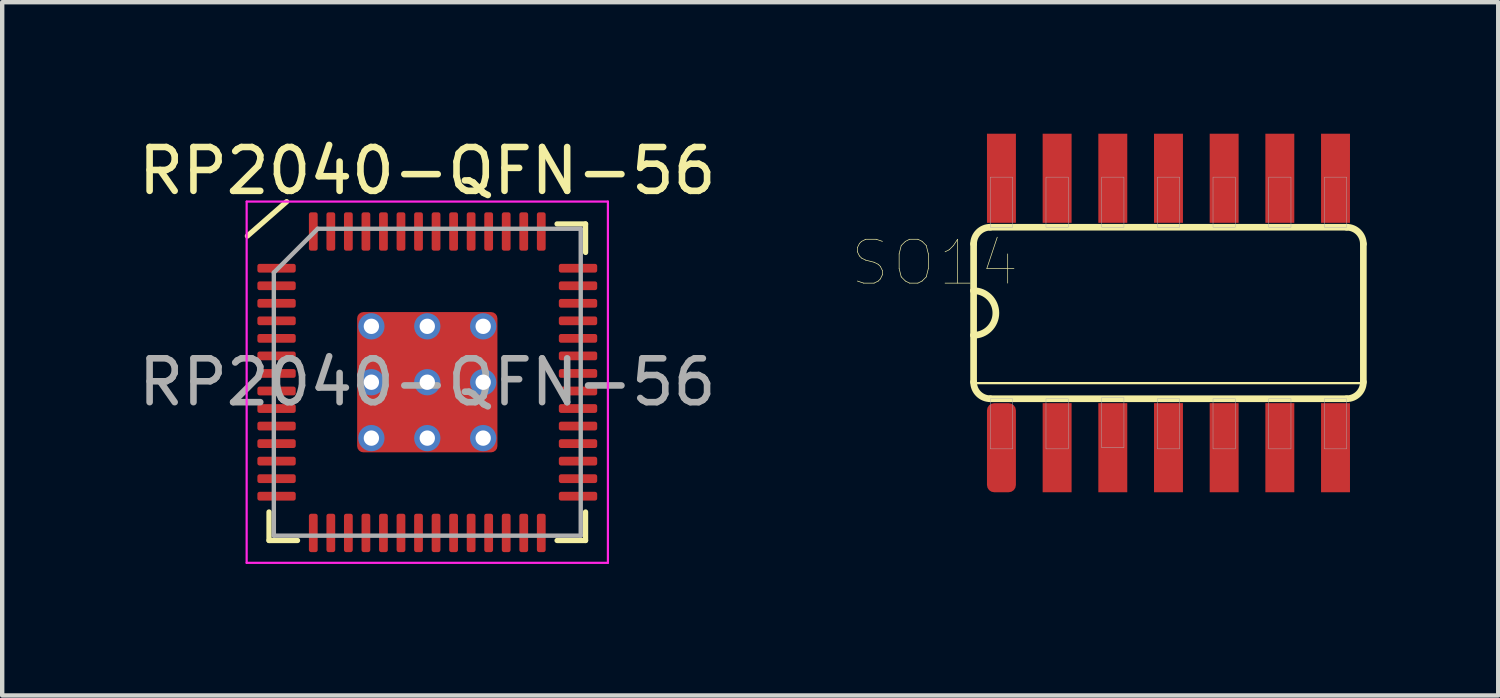
<source format=kicad_pcb>
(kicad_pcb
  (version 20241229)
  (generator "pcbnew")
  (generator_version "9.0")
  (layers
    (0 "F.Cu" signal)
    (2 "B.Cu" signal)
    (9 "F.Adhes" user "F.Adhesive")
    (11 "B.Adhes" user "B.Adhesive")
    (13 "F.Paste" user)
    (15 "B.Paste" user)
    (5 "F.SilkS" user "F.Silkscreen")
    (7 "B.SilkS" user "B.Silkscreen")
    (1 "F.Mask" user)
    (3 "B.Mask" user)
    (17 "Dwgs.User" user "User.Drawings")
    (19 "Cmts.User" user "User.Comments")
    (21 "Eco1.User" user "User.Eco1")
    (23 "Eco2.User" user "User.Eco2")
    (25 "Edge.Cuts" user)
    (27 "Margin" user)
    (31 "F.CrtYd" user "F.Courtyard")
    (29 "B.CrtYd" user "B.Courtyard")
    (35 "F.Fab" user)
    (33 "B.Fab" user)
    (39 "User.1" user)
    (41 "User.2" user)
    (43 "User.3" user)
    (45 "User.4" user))
  (footprint "RP2040-QFN-56"
    (layer "F.Cu")
    (at 6.696 5.668)
    (property "Reference" "RP2040-QFN-56" (at 0 -4.82 0) (layer "F.SilkS") (effects (font (size 1 1) (thickness 0.15))))
    (attr smd)
    (fp_line (start -3.61 3.61) (end -3.61 2.96) (stroke (width 0.12) (type solid)) (layer "F.SilkS"))
    (fp_line (start -3.208 -4.118) (end -4.103 -3.335) (stroke (width 0.12) (type solid)) (layer "F.SilkS"))
    (fp_line (start -2.96 3.61) (end -3.61 3.61) (stroke (width 0.12) (type solid)) (layer "F.SilkS"))
    (fp_line (start 2.96 -3.61) (end 3.61 -3.61) (stroke (width 0.12) (type solid)) (layer "F.SilkS"))
    (fp_line (start 2.96 3.61) (end 3.61 3.61) (stroke (width 0.12) (type solid)) (layer "F.SilkS"))
    (fp_line (start 3.61 -3.61) (end 3.61 -2.96) (stroke (width 0.12) (type solid)) (layer "F.SilkS"))
    (fp_line (start 3.61 3.61) (end 3.61 2.96) (stroke (width 0.12) (type solid)) (layer "F.SilkS"))
    (fp_line (start -4.12 -4.12) (end -4.12 4.12) (stroke (width 0.05) (type solid)) (layer "F.CrtYd"))
    (fp_line (start -4.12 4.12) (end 4.12 4.12) (stroke (width 0.05) (type solid)) (layer "F.CrtYd"))
    (fp_line (start 4.12 -4.12) (end -4.12 -4.12) (stroke (width 0.05) (type solid)) (layer "F.CrtYd"))
    (fp_line (start 4.12 4.12) (end 4.12 -4.12) (stroke (width 0.05) (type solid)) (layer "F.CrtYd"))
    (fp_line (start -3.5 -2.5) (end -2.5 -3.5) (stroke (width 0.1) (type solid)) (layer "F.Fab"))
    (fp_line (start -3.5 3.5) (end -3.5 -2.5) (stroke (width 0.1) (type solid)) (layer "F.Fab"))
    (fp_line (start -2.5 -3.5) (end 3.5 -3.5) (stroke (width 0.1) (type solid)) (layer "F.Fab"))
    (fp_line (start 3.5 -3.5) (end 3.5 3.5) (stroke (width 0.1) (type solid)) (layer "F.Fab"))
    (fp_line (start 3.5 3.5) (end -3.5 3.5) (stroke (width 0.1) (type solid)) (layer "F.Fab"))
    (fp_text user "${REFERENCE}" (at 0 0 0) (layer "F.Fab") (effects (font (size 1 1) (thickness 0.15))))
    (pad "" smd roundrect (at -0.637 -0.637) (size 1.084 1.084) (layers "F.Paste") (roundrect_rratio 0.231))
    (pad "" smd roundrect (at -0.637 0.637) (size 1.084 1.084) (layers "F.Paste") (roundrect_rratio 0.231))
    (pad "" smd roundrect (at 0.637 -0.637) (size 1.084 1.084) (layers "F.Paste") (roundrect_rratio 0.231))
    (pad "" smd roundrect (at 0.637 0.637) (size 1.084 1.084) (layers "F.Paste") (roundrect_rratio 0.231))
    (pad "1" smd roundrect (at -3.438 -2.6) (size 0.875 0.2) (layers "F.Cu" "F.Mask" "F.Paste") (roundrect_rratio 0.25))
    (pad "2" smd roundrect (at -3.438 -2.2) (size 0.875 0.2) (layers "F.Cu" "F.Mask" "F.Paste") (roundrect_rratio 0.25))
    (pad "3" smd roundrect (at -3.438 -1.8) (size 0.875 0.2) (layers "F.Cu" "F.Mask" "F.Paste") (roundrect_rratio 0.25))
    (pad "4" smd roundrect (at -3.438 -1.4) (size 0.875 0.2) (layers "F.Cu" "F.Mask" "F.Paste") (roundrect_rratio 0.25))
    (pad "5" smd roundrect (at -3.438 -1) (size 0.875 0.2) (layers "F.Cu" "F.Mask" "F.Paste") (roundrect_rratio 0.25))
    (pad "6" smd roundrect (at -3.438 -0.6) (size 0.875 0.2) (layers "F.Cu" "F.Mask" "F.Paste") (roundrect_rratio 0.25))
    (pad "7" smd roundrect (at -3.438 -0.2) (size 0.875 0.2) (layers "F.Cu" "F.Mask" "F.Paste") (roundrect_rratio 0.25))
    (pad "8" smd roundrect (at -3.438 0.2) (size 0.875 0.2) (layers "F.Cu" "F.Mask" "F.Paste") (roundrect_rratio 0.25))
    (pad "9" smd roundrect (at -3.438 0.6) (size 0.875 0.2) (layers "F.Cu" "F.Mask" "F.Paste") (roundrect_rratio 0.25))
    (pad "10" smd roundrect (at -3.438 1) (size 0.875 0.2) (layers "F.Cu" "F.Mask" "F.Paste") (roundrect_rratio 0.25))
    (pad "11" smd roundrect (at -3.438 1.4) (size 0.875 0.2) (layers "F.Cu" "F.Mask" "F.Paste") (roundrect_rratio 0.25))
    (pad "12" smd roundrect (at -3.438 1.8) (size 0.875 0.2) (layers "F.Cu" "F.Mask" "F.Paste") (roundrect_rratio 0.25))
    (pad "13" smd roundrect (at -3.438 2.2) (size 0.875 0.2) (layers "F.Cu" "F.Mask" "F.Paste") (roundrect_rratio 0.25))
    (pad "14" smd roundrect (at -3.438 2.6) (size 0.875 0.2) (layers "F.Cu" "F.Mask" "F.Paste") (roundrect_rratio 0.25))
    (pad "15" smd roundrect (at -2.6 3.438) (size 0.2 0.875) (layers "F.Cu" "F.Mask" "F.Paste") (roundrect_rratio 0.25))
    (pad "16" smd roundrect (at -2.2 3.438) (size 0.2 0.875) (layers "F.Cu" "F.Mask" "F.Paste") (roundrect_rratio 0.25))
    (pad "17" smd roundrect (at -1.8 3.438) (size 0.2 0.875) (layers "F.Cu" "F.Mask" "F.Paste") (roundrect_rratio 0.25))
    (pad "18" smd roundrect (at -1.4 3.438) (size 0.2 0.875) (layers "F.Cu" "F.Mask" "F.Paste") (roundrect_rratio 0.25))
    (pad "19" smd roundrect (at -1 3.438) (size 0.2 0.875) (layers "F.Cu" "F.Mask" "F.Paste") (roundrect_rratio 0.25))
    (pad "20" smd roundrect (at -0.6 3.438) (size 0.2 0.875) (layers "F.Cu" "F.Mask" "F.Paste") (roundrect_rratio 0.25))
    (pad "21" smd roundrect (at -0.2 3.438) (size 0.2 0.875) (layers "F.Cu" "F.Mask" "F.Paste") (roundrect_rratio 0.25))
    (pad "22" smd roundrect (at 0.2 3.438) (size 0.2 0.875) (layers "F.Cu" "F.Mask" "F.Paste") (roundrect_rratio 0.25))
    (pad "23" smd roundrect (at 0.6 3.438) (size 0.2 0.875) (layers "F.Cu" "F.Mask" "F.Paste") (roundrect_rratio 0.25))
    (pad "24" smd roundrect (at 1 3.438) (size 0.2 0.875) (layers "F.Cu" "F.Mask" "F.Paste") (roundrect_rratio 0.25))
    (pad "25" smd roundrect (at 1.4 3.438) (size 0.2 0.875) (layers "F.Cu" "F.Mask" "F.Paste") (roundrect_rratio 0.25))
    (pad "26" smd roundrect (at 1.8 3.438) (size 0.2 0.875) (layers "F.Cu" "F.Mask" "F.Paste") (roundrect_rratio 0.25))
    (pad "27" smd roundrect (at 2.2 3.438) (size 0.2 0.875) (layers "F.Cu" "F.Mask" "F.Paste") (roundrect_rratio 0.25))
    (pad "28" smd roundrect (at 2.6 3.438) (size 0.2 0.875) (layers "F.Cu" "F.Mask" "F.Paste") (roundrect_rratio 0.25))
    (pad "29" smd roundrect (at 3.438 2.6) (size 0.875 0.2) (layers "F.Cu" "F.Mask" "F.Paste") (roundrect_rratio 0.25))
    (pad "30" smd roundrect (at 3.438 2.2) (size 0.875 0.2) (layers "F.Cu" "F.Mask" "F.Paste") (roundrect_rratio 0.25))
    (pad "31" smd roundrect (at 3.438 1.8) (size 0.875 0.2) (layers "F.Cu" "F.Mask" "F.Paste") (roundrect_rratio 0.25))
    (pad "32" smd roundrect (at 3.438 1.4) (size 0.875 0.2) (layers "F.Cu" "F.Mask" "F.Paste") (roundrect_rratio 0.25))
    (pad "33" smd roundrect (at 3.438 1) (size 0.875 0.2) (layers "F.Cu" "F.Mask" "F.Paste") (roundrect_rratio 0.25))
    (pad "34" smd roundrect (at 3.438 0.6) (size 0.875 0.2) (layers "F.Cu" "F.Mask" "F.Paste") (roundrect_rratio 0.25))
    (pad "35" smd roundrect (at 3.438 0.2) (size 0.875 0.2) (layers "F.Cu" "F.Mask" "F.Paste") (roundrect_rratio 0.25))
    (pad "36" smd roundrect (at 3.438 -0.2) (size 0.875 0.2) (layers "F.Cu" "F.Mask" "F.Paste") (roundrect_rratio 0.25))
    (pad "37" smd roundrect (at 3.438 -0.6) (size 0.875 0.2) (layers "F.Cu" "F.Mask" "F.Paste") (roundrect_rratio 0.25))
    (pad "38" smd roundrect (at 3.438 -1) (size 0.875 0.2) (layers "F.Cu" "F.Mask" "F.Paste") (roundrect_rratio 0.25))
    (pad "39" smd roundrect (at 3.438 -1.4) (size 0.875 0.2) (layers "F.Cu" "F.Mask" "F.Paste") (roundrect_rratio 0.25))
    (pad "40" smd roundrect (at 3.438 -1.8) (size 0.875 0.2) (layers "F.Cu" "F.Mask" "F.Paste") (roundrect_rratio 0.25))
    (pad "41" smd roundrect (at 3.438 -2.2) (size 0.875 0.2) (layers "F.Cu" "F.Mask" "F.Paste") (roundrect_rratio 0.25))
    (pad "42" smd roundrect (at 3.438 -2.6) (size 0.875 0.2) (layers "F.Cu" "F.Mask" "F.Paste") (roundrect_rratio 0.25))
    (pad "43" smd roundrect (at 2.6 -3.438) (size 0.2 0.875) (layers "F.Cu" "F.Mask" "F.Paste") (roundrect_rratio 0.25))
    (pad "44" smd roundrect (at 2.2 -3.438) (size 0.2 0.875) (layers "F.Cu" "F.Mask" "F.Paste") (roundrect_rratio 0.25))
    (pad "45" smd roundrect (at 1.8 -3.438) (size 0.2 0.875) (layers "F.Cu" "F.Mask" "F.Paste") (roundrect_rratio 0.25))
    (pad "46" smd roundrect (at 1.4 -3.438) (size 0.2 0.875) (layers "F.Cu" "F.Mask" "F.Paste") (roundrect_rratio 0.25))
    (pad "47" smd roundrect (at 1 -3.438) (size 0.2 0.875) (layers "F.Cu" "F.Mask" "F.Paste") (roundrect_rratio 0.25))
    (pad "48" smd roundrect (at 0.6 -3.438) (size 0.2 0.875) (layers "F.Cu" "F.Mask" "F.Paste") (roundrect_rratio 0.25))
    (pad "49" smd roundrect (at 0.2 -3.438) (size 0.2 0.875) (layers "F.Cu" "F.Mask" "F.Paste") (roundrect_rratio 0.25))
    (pad "50" smd roundrect (at -0.2 -3.438) (size 0.2 0.875) (layers "F.Cu" "F.Mask" "F.Paste") (roundrect_rratio 0.25))
    (pad "51" smd roundrect (at -0.6 -3.438) (size 0.2 0.875) (layers "F.Cu" "F.Mask" "F.Paste") (roundrect_rratio 0.25))
    (pad "52" smd roundrect (at -1 -3.438) (size 0.2 0.875) (layers "F.Cu" "F.Mask" "F.Paste") (roundrect_rratio 0.25))
    (pad "53" smd roundrect (at -1.4 -3.438) (size 0.2 0.875) (layers "F.Cu" "F.Mask" "F.Paste") (roundrect_rratio 0.25))
    (pad "54" smd roundrect (at -1.8 -3.438) (size 0.2 0.875) (layers "F.Cu" "F.Mask" "F.Paste") (roundrect_rratio 0.25))
    (pad "55" smd roundrect (at -2.2 -3.438) (size 0.2 0.875) (layers "F.Cu" "F.Mask" "F.Paste") (roundrect_rratio 0.25))
    (pad "56" smd roundrect (at -2.6 -3.438) (size 0.2 0.875) (layers "F.Cu" "F.Mask" "F.Paste") (roundrect_rratio 0.25))
    (pad "57" thru_hole circle (at -1.275 -1.275) (size 0.6 0.6) (drill 0.35) (layers "*.Cu"))
    (pad "57" thru_hole circle (at -1.275 0) (size 0.6 0.6) (drill 0.35) (layers "*.Cu"))
    (pad "57" thru_hole circle (at -1.275 1.275) (size 0.6 0.6) (drill 0.35) (layers "*.Cu"))
    (pad "57" thru_hole circle (at 0 -1.275) (size 0.6 0.6) (drill 0.35) (layers "*.Cu"))
    (pad "57" thru_hole circle (at 0 0) (size 0.6 0.6) (drill 0.35) (layers "*.Cu"))
    (pad "57" smd roundrect (at 0 0) (size 3.2 3.2) (layers "F.Cu" "F.Mask") (roundrect_rratio 0.045))
    (pad "57" thru_hole circle (at 0 1.275) (size 0.6 0.6) (drill 0.35) (layers "*.Cu"))
    (pad "57" thru_hole circle (at 1.275 -1.275) (size 0.6 0.6) (drill 0.35) (layers "*.Cu"))
    (pad "57" thru_hole circle (at 1.275 0) (size 0.6 0.6) (drill 0.35) (layers "*.Cu"))
    (pad "57" thru_hole circle (at 1.275 1.275) (size 0.6 0.6) (drill 0.35) (layers "*.Cu")))
  (footprint "SO14"
    (layer "F.Cu")
    (at 23.602 4.089)
    (property "Reference" "SO14" (at -5.334 -1.143 180) (layer "F.SilkS") (effects (font (size 1 1) (thickness 0.015))))
    (attr through_hole)
    (fp_line (start -4.445 -1.575) (end -4.445 -0.508) (stroke (width 0.152) (type solid)) (layer "F.SilkS"))
    (fp_line (start -4.445 -0.508) (end -4.445 0.508) (stroke (width 0.152) (type solid)) (layer "F.SilkS"))
    (fp_line (start -4.445 0.508) (end -4.445 1.575) (stroke (width 0.152) (type solid)) (layer "F.SilkS"))
    (fp_line (start -4.445 1.6) (end 4.445 1.6) (stroke (width 0.051) (type solid)) (layer "F.SilkS"))
    (fp_line (start -4.064 1.956) (end 4.064 1.956) (stroke (width 0.152) (type solid)) (layer "F.SilkS"))
    (fp_line (start 4.064 -1.956) (end -4.064 -1.956) (stroke (width 0.152) (type solid)) (layer "F.SilkS"))
    (fp_line (start 4.445 1.575) (end 4.445 -1.575) (stroke (width 0.152) (type solid)) (layer "F.SilkS"))
    (fp_arc (start -4.445 -1.5748) (mid -4.333408 -1.844208) (end -4.064 -1.9558) (stroke (width 0.1524) (type solid)) (layer "F.SilkS"))
    (fp_arc (start -4.445 -0.508) (mid -3.937 0) (end -4.445 0.508) (stroke (width 0.1524) (type solid)) (layer "F.SilkS"))
    (fp_arc (start -4.064 1.9558) (mid -4.333408 1.844208) (end -4.445 1.5748) (stroke (width 0.1524) (type solid)) (layer "F.SilkS"))
    (fp_arc (start 4.064 -1.9558) (mid 4.333408 -1.844208) (end 4.445 -1.5748) (stroke (width 0.1524) (type solid)) (layer "F.SilkS"))
    (fp_arc (start 4.445 1.5748) (mid 4.333408 1.844208) (end 4.064 1.9558) (stroke (width 0.1524) (type solid)) (layer "F.SilkS"))
    (fp_poly (pts (xy -4.064 -3.099) (xy -3.556 -3.099) (xy -3.556 -1.956) (xy -4.064 -1.956)) (stroke (width 0.01) (type solid)) (fill no) (layer "F.Fab"))
    (fp_poly (pts (xy -4.064 1.956) (xy -3.556 1.956) (xy -3.556 3.099) (xy -4.064 3.099)) (stroke (width 0.01) (type solid)) (fill no) (layer "F.Fab"))
    (fp_poly (pts (xy -2.794 -3.099) (xy -2.286 -3.099) (xy -2.286 -1.956) (xy -2.794 -1.956)) (stroke (width 0.01) (type solid)) (fill no) (layer "F.Fab"))
    (fp_poly (pts (xy -2.794 1.956) (xy -2.286 1.956) (xy -2.286 3.099) (xy -2.794 3.099)) (stroke (width 0.01) (type solid)) (fill no) (layer "F.Fab"))
    (fp_poly (pts (xy -1.524 -3.099) (xy -1.016 -3.099) (xy -1.016 -1.956) (xy -1.524 -1.956)) (stroke (width 0.01) (type solid)) (fill no) (layer "F.Fab"))
    (fp_poly (pts (xy -1.524 1.93) (xy -1.016 1.93) (xy -1.016 3.073) (xy -1.524 3.073)) (stroke (width 0.01) (type solid)) (fill no) (layer "F.Fab"))
    (fp_poly (pts (xy -0.254 -3.099) (xy 0.254 -3.099) (xy 0.254 -1.956) (xy -0.254 -1.956)) (stroke (width 0.01) (type solid)) (fill no) (layer "F.Fab"))
    (fp_poly (pts (xy -0.254 1.956) (xy 0.254 1.956) (xy 0.254 3.099) (xy -0.254 3.099)) (stroke (width 0.01) (type solid)) (fill no) (layer "F.Fab"))
    (fp_poly (pts (xy 1.016 -3.099) (xy 1.524 -3.099) (xy 1.524 -1.956) (xy 1.016 -1.956)) (stroke (width 0.01) (type solid)) (fill no) (layer "F.Fab"))
    (fp_poly (pts (xy 1.016 1.956) (xy 1.524 1.956) (xy 1.524 3.099) (xy 1.016 3.099)) (stroke (width 0.01) (type solid)) (fill no) (layer "F.Fab"))
    (fp_poly (pts (xy 2.286 -3.099) (xy 2.794 -3.099) (xy 2.794 -1.956) (xy 2.286 -1.956)) (stroke (width 0.01) (type solid)) (fill no) (layer "F.Fab"))
    (fp_poly (pts (xy 2.286 1.956) (xy 2.794 1.956) (xy 2.794 3.099) (xy 2.286 3.099)) (stroke (width 0.01) (type solid)) (fill no) (layer "F.Fab"))
    (fp_poly (pts (xy 3.556 -3.099) (xy 4.064 -3.099) (xy 4.064 -1.956) (xy 3.556 -1.956)) (stroke (width 0.01) (type solid)) (fill no) (layer "F.Fab"))
    (fp_poly (pts (xy 3.556 1.956) (xy 4.064 1.956) (xy 4.064 3.099) (xy 3.556 3.099)) (stroke (width 0.01) (type solid)) (fill no) (layer "F.Fab"))
    (pad "1" smd roundrect (at -3.81 3.073) (size 0.66 2.032) (layers "F.Cu" "F.Mask" "F.Paste") (roundrect_rratio 0.25))
    (pad "2" smd rect (at -2.54 3.073) (size 0.66 2.032) (layers "F.Cu" "F.Mask" "F.Paste"))
    (pad "3" smd rect (at -1.27 3.073) (size 0.66 2.032) (layers "F.Cu" "F.Mask" "F.Paste"))
    (pad "4" smd rect (at 0 3.073) (size 0.66 2.032) (layers "F.Cu" "F.Mask" "F.Paste"))
    (pad "5" smd rect (at 1.27 3.073) (size 0.66 2.032) (layers "F.Cu" "F.Mask" "F.Paste"))
    (pad "6" smd rect (at 2.54 3.073) (size 0.66 2.032) (layers "F.Cu" "F.Mask" "F.Paste"))
    (pad "7" smd rect (at 3.81 3.073) (size 0.66 2.032) (layers "F.Cu" "F.Mask" "F.Paste"))
    (pad "8" smd rect (at 3.81 -3.073) (size 0.66 2.032) (layers "F.Cu" "F.Mask" "F.Paste"))
    (pad "9" smd rect (at 2.54 -3.073) (size 0.66 2.032) (layers "F.Cu" "F.Mask" "F.Paste"))
    (pad "10" smd rect (at 1.27 -3.073) (size 0.66 2.032) (layers "F.Cu" "F.Mask" "F.Paste"))
    (pad "11" smd rect (at 0 -3.073) (size 0.66 2.032) (layers "F.Cu" "F.Mask" "F.Paste"))
    (pad "12" smd rect (at -1.27 -3.073) (size 0.66 2.032) (layers "F.Cu" "F.Mask" "F.Paste"))
    (pad "13" smd rect (at -2.54 -3.073) (size 0.66 2.032) (layers "F.Cu" "F.Mask" "F.Paste"))
    (pad "14" smd rect (at -3.81 -3.073) (size 0.66 2.032) (layers "F.Cu" "F.Mask" "F.Paste")))
  (gr_rect
    (start -3 -3)
    (end 31.123 12.813)
    (stroke (width 0.1) (type default))
    (fill no)
    (layer "Edge.Cuts")))
</source>
